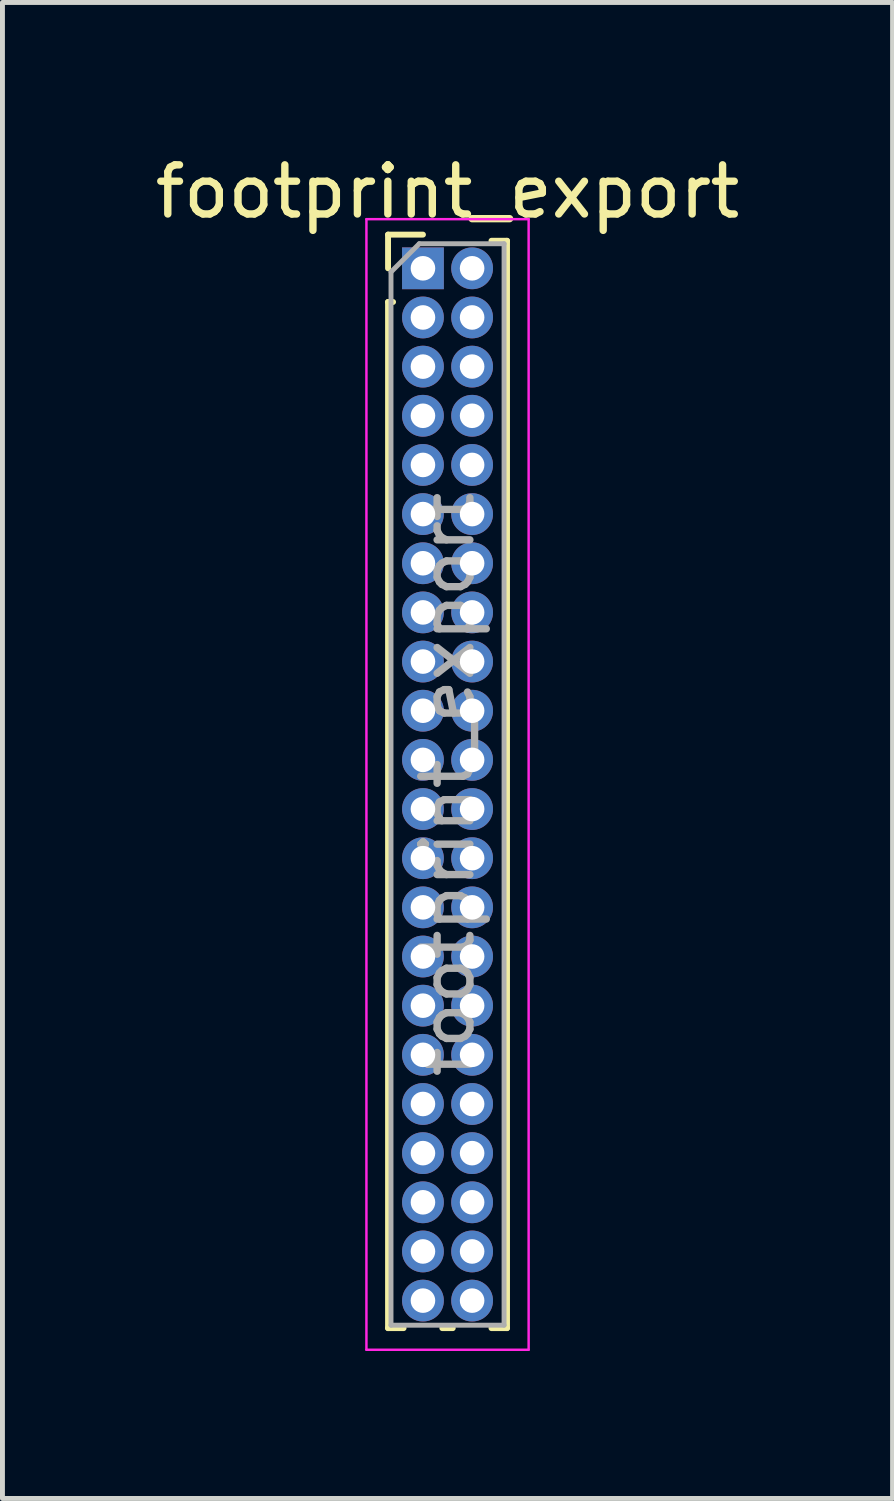
<source format=kicad_pcb>
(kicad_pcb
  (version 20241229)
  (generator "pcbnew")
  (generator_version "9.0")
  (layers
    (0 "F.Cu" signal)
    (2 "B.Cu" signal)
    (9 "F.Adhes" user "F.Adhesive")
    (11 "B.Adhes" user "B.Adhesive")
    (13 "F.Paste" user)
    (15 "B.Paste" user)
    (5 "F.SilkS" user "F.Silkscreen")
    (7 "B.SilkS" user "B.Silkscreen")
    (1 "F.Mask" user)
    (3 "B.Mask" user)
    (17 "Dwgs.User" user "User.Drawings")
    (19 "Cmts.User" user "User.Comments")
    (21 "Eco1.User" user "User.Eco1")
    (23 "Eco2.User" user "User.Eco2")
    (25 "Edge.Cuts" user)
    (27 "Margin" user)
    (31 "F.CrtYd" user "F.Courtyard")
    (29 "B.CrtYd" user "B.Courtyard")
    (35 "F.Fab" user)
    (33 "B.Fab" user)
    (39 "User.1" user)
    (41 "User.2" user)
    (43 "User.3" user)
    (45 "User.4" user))
  (footprint "footprint_export"
    (layer "F.Cu")
    (at 5.554 2.408)
    (property "Reference" "footprint_export" (at 0.5 -1.56 0) (layer "F.SilkS") (effects (font (size 1 1) (thickness 0.15))))
    (attr through_hole)
    (fp_line (start -0.71 -0.685) (end 0 -0.685) (stroke (width 0.12) (type solid)) (layer "F.SilkS"))
    (fp_line (start -0.71 0) (end -0.71 -0.685) (stroke (width 0.12) (type solid)) (layer "F.SilkS"))
    (fp_line (start -0.71 0.685) (end -0.71 21.56) (stroke (width 0.12) (type solid)) (layer "F.SilkS"))
    (fp_line (start -0.71 0.685) (end -0.608 0.685) (stroke (width 0.12) (type solid)) (layer "F.SilkS"))
    (fp_line (start -0.71 21.56) (end -0.394 21.56) (stroke (width 0.12) (type solid)) (layer "F.SilkS"))
    (fp_line (start 0.394 21.56) (end 0.606 21.56) (stroke (width 0.12) (type solid)) (layer "F.SilkS"))
    (fp_line (start 1.394 -0.56) (end 1.71 -0.56) (stroke (width 0.12) (type solid)) (layer "F.SilkS"))
    (fp_line (start 1.394 21.56) (end 1.71 21.56) (stroke (width 0.12) (type solid)) (layer "F.SilkS"))
    (fp_line (start 1.71 -0.56) (end 1.71 21.56) (stroke (width 0.12) (type solid)) (layer "F.SilkS"))
    (fp_line (start -1.15 -1) (end -1.15 22) (stroke (width 0.05) (type solid)) (layer "F.CrtYd"))
    (fp_line (start -1.15 22) (end 2.15 22) (stroke (width 0.05) (type solid)) (layer "F.CrtYd"))
    (fp_line (start 2.15 -1) (end -1.15 -1) (stroke (width 0.05) (type solid)) (layer "F.CrtYd"))
    (fp_line (start 2.15 22) (end 2.15 -1) (stroke (width 0.05) (type solid)) (layer "F.CrtYd"))
    (fp_line (start -0.65 0.075) (end -0.075 -0.5) (stroke (width 0.1) (type solid)) (layer "F.Fab"))
    (fp_line (start -0.65 21.5) (end -0.65 0.075) (stroke (width 0.1) (type solid)) (layer "F.Fab"))
    (fp_line (start -0.075 -0.5) (end 1.65 -0.5) (stroke (width 0.1) (type solid)) (layer "F.Fab"))
    (fp_line (start 1.65 -0.5) (end 1.65 21.5) (stroke (width 0.1) (type solid)) (layer "F.Fab"))
    (fp_line (start 1.65 21.5) (end -0.65 21.5) (stroke (width 0.1) (type solid)) (layer "F.Fab"))
    (fp_text user "${REFERENCE}" (at 0.5 10.5 90) (layer "F.Fab") (effects (font (size 1 1) (thickness 0.15))))
    (pad "1" thru_hole rect (at 0 0) (size 0.85 0.85) (drill 0.5) (layers "*.Cu" "*.Mask"))
    (pad "2" thru_hole oval (at 1 0) (size 0.85 0.85) (drill 0.5) (layers "*.Cu" "*.Mask"))
    (pad "3" thru_hole oval (at 0 1) (size 0.85 0.85) (drill 0.5) (layers "*.Cu" "*.Mask"))
    (pad "4" thru_hole oval (at 1 1) (size 0.85 0.85) (drill 0.5) (layers "*.Cu" "*.Mask"))
    (pad "5" thru_hole oval (at 0 2) (size 0.85 0.85) (drill 0.5) (layers "*.Cu" "*.Mask"))
    (pad "6" thru_hole oval (at 1 2) (size 0.85 0.85) (drill 0.5) (layers "*.Cu" "*.Mask"))
    (pad "7" thru_hole oval (at 0 3) (size 0.85 0.85) (drill 0.5) (layers "*.Cu" "*.Mask"))
    (pad "8" thru_hole oval (at 1 3) (size 0.85 0.85) (drill 0.5) (layers "*.Cu" "*.Mask"))
    (pad "9" thru_hole oval (at 0 4) (size 0.85 0.85) (drill 0.5) (layers "*.Cu" "*.Mask"))
    (pad "10" thru_hole oval (at 1 4) (size 0.85 0.85) (drill 0.5) (layers "*.Cu" "*.Mask"))
    (pad "11" thru_hole oval (at 0 5) (size 0.85 0.85) (drill 0.5) (layers "*.Cu" "*.Mask"))
    (pad "12" thru_hole oval (at 1 5) (size 0.85 0.85) (drill 0.5) (layers "*.Cu" "*.Mask"))
    (pad "13" thru_hole oval (at 0 6) (size 0.85 0.85) (drill 0.5) (layers "*.Cu" "*.Mask"))
    (pad "14" thru_hole oval (at 1 6) (size 0.85 0.85) (drill 0.5) (layers "*.Cu" "*.Mask"))
    (pad "15" thru_hole oval (at 0 7) (size 0.85 0.85) (drill 0.5) (layers "*.Cu" "*.Mask"))
    (pad "16" thru_hole oval (at 1 7) (size 0.85 0.85) (drill 0.5) (layers "*.Cu" "*.Mask"))
    (pad "17" thru_hole oval (at 0 8) (size 0.85 0.85) (drill 0.5) (layers "*.Cu" "*.Mask"))
    (pad "18" thru_hole oval (at 1 8) (size 0.85 0.85) (drill 0.5) (layers "*.Cu" "*.Mask"))
    (pad "19" thru_hole oval (at 0 9) (size 0.85 0.85) (drill 0.5) (layers "*.Cu" "*.Mask"))
    (pad "20" thru_hole oval (at 1 9) (size 0.85 0.85) (drill 0.5) (layers "*.Cu" "*.Mask"))
    (pad "21" thru_hole oval (at 0 10) (size 0.85 0.85) (drill 0.5) (layers "*.Cu" "*.Mask"))
    (pad "22" thru_hole oval (at 1 10) (size 0.85 0.85) (drill 0.5) (layers "*.Cu" "*.Mask"))
    (pad "23" thru_hole oval (at 0 11) (size 0.85 0.85) (drill 0.5) (layers "*.Cu" "*.Mask"))
    (pad "24" thru_hole oval (at 1 11) (size 0.85 0.85) (drill 0.5) (layers "*.Cu" "*.Mask"))
    (pad "25" thru_hole oval (at 0 12) (size 0.85 0.85) (drill 0.5) (layers "*.Cu" "*.Mask"))
    (pad "26" thru_hole oval (at 1 12) (size 0.85 0.85) (drill 0.5) (layers "*.Cu" "*.Mask"))
    (pad "27" thru_hole oval (at 0 13) (size 0.85 0.85) (drill 0.5) (layers "*.Cu" "*.Mask"))
    (pad "28" thru_hole oval (at 1 13) (size 0.85 0.85) (drill 0.5) (layers "*.Cu" "*.Mask"))
    (pad "29" thru_hole oval (at 0 14) (size 0.85 0.85) (drill 0.5) (layers "*.Cu" "*.Mask"))
    (pad "30" thru_hole oval (at 1 14) (size 0.85 0.85) (drill 0.5) (layers "*.Cu" "*.Mask"))
    (pad "31" thru_hole oval (at 0 15) (size 0.85 0.85) (drill 0.5) (layers "*.Cu" "*.Mask"))
    (pad "32" thru_hole oval (at 1 15) (size 0.85 0.85) (drill 0.5) (layers "*.Cu" "*.Mask"))
    (pad "33" thru_hole oval (at 0 16) (size 0.85 0.85) (drill 0.5) (layers "*.Cu" "*.Mask"))
    (pad "34" thru_hole oval (at 1 16) (size 0.85 0.85) (drill 0.5) (layers "*.Cu" "*.Mask"))
    (pad "35" thru_hole oval (at 0 17) (size 0.85 0.85) (drill 0.5) (layers "*.Cu" "*.Mask"))
    (pad "36" thru_hole oval (at 1 17) (size 0.85 0.85) (drill 0.5) (layers "*.Cu" "*.Mask"))
    (pad "37" thru_hole oval (at 0 18) (size 0.85 0.85) (drill 0.5) (layers "*.Cu" "*.Mask"))
    (pad "38" thru_hole oval (at 1 18) (size 0.85 0.85) (drill 0.5) (layers "*.Cu" "*.Mask"))
    (pad "39" thru_hole oval (at 0 19) (size 0.85 0.85) (drill 0.5) (layers "*.Cu" "*.Mask"))
    (pad "40" thru_hole oval (at 1 19) (size 0.85 0.85) (drill 0.5) (layers "*.Cu" "*.Mask"))
    (pad "41" thru_hole oval (at 0 20) (size 0.85 0.85) (drill 0.5) (layers "*.Cu" "*.Mask"))
    (pad "42" thru_hole oval (at 1 20) (size 0.85 0.85) (drill 0.5) (layers "*.Cu" "*.Mask"))
    (pad "43" thru_hole oval (at 0 21) (size 0.85 0.85) (drill 0.5) (layers "*.Cu" "*.Mask"))
    (pad "44" thru_hole oval (at 1 21) (size 0.85 0.85) (drill 0.5) (layers "*.Cu" "*.Mask")))
  (gr_rect
    (start -3 -3)
    (end 15.107 27.433)
    (stroke (width 0.1) (type default))
    (fill no)
    (layer "Edge.Cuts")))
</source>
